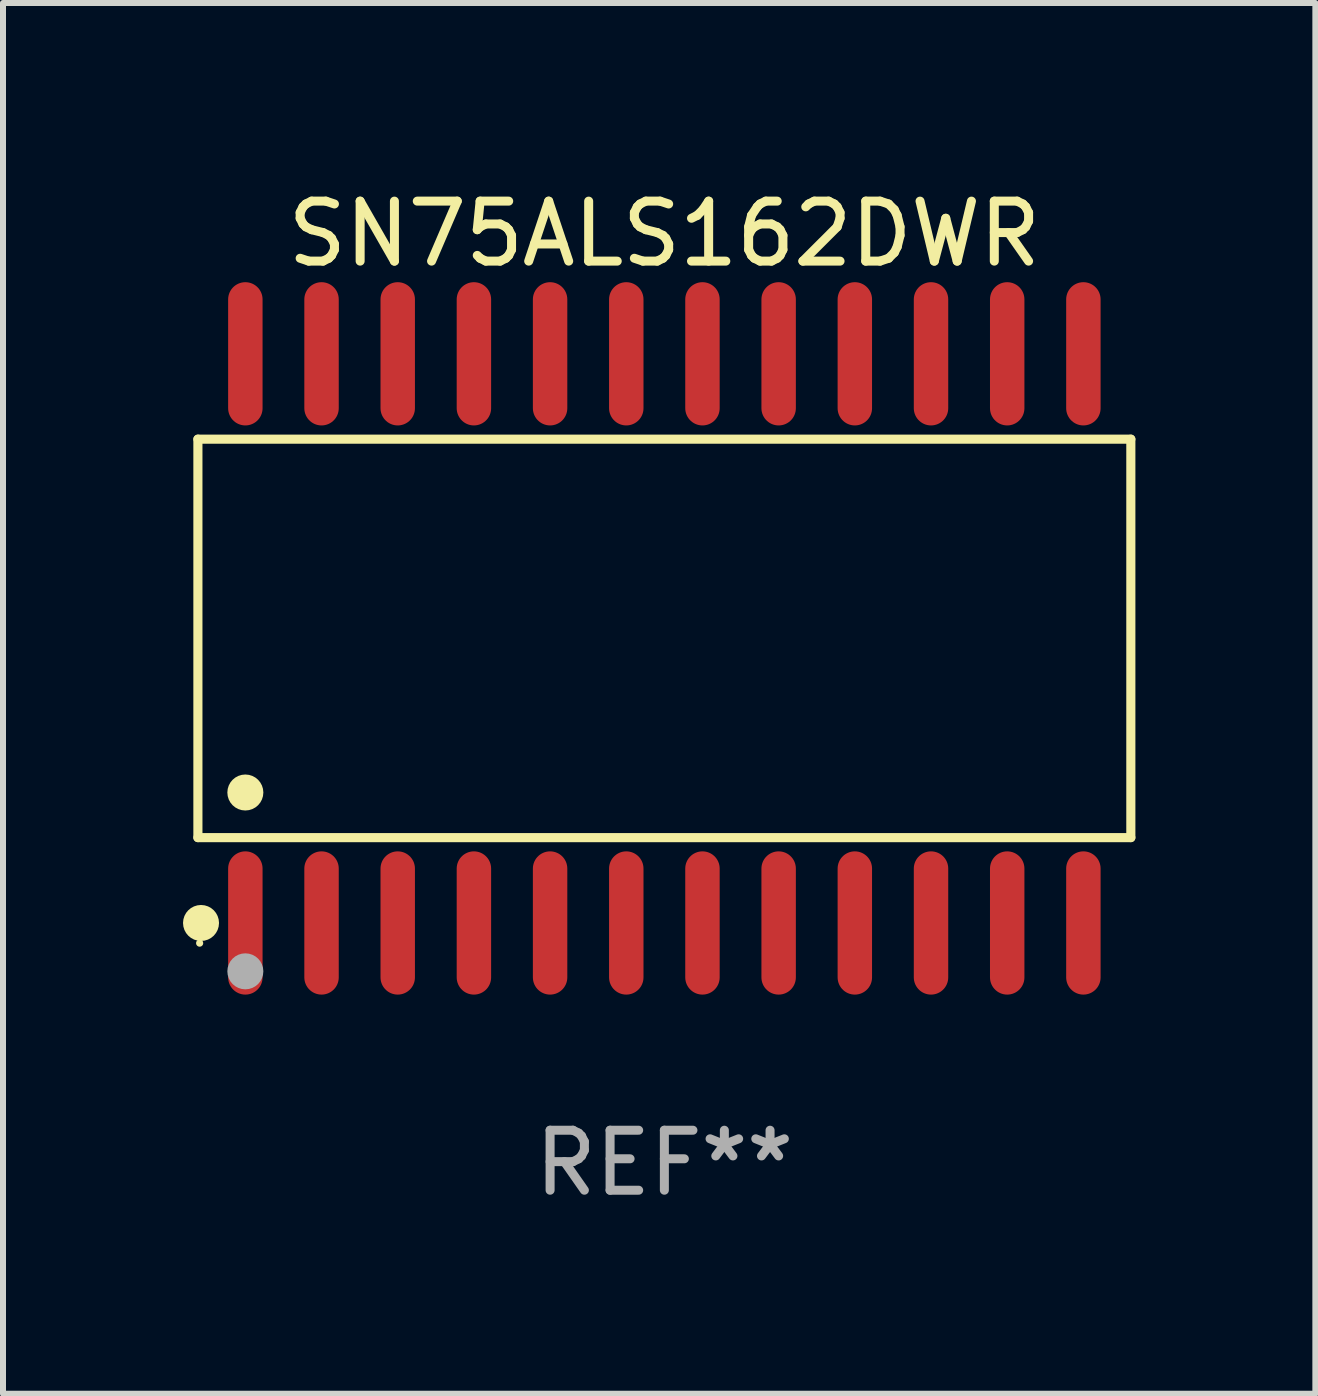
<source format=kicad_pcb>
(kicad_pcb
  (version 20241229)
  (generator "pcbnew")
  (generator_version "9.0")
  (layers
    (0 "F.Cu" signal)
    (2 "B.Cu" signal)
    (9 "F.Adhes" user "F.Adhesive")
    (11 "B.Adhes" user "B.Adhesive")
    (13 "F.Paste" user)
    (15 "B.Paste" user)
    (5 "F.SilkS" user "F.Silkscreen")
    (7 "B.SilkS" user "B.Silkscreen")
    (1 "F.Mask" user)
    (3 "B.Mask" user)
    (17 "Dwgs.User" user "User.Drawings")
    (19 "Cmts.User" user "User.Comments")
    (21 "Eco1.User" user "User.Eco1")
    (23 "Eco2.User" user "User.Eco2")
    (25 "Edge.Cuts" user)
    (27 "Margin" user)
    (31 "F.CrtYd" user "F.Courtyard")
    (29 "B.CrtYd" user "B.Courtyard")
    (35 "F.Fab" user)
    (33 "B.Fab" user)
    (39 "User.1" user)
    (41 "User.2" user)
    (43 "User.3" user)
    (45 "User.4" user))
  (footprint "SN75ALS162DWR"
    (layer "F.Cu")
    (at 8.025 7.592)
    (property "Reference" "SN75ALS162DWR" (at 0 -6.744 0) (layer "F.SilkS") (effects (font (size 1 1) (thickness 0.15))))
    (attr through_hole)
    (fp_line (start -7.776 -3.321) (end 7.776 -3.321) (stroke (width 0.152) (type solid)) (layer "F.SilkS"))
    (fp_line (start -7.776 3.321) (end -7.776 -3.321) (stroke (width 0.152) (type solid)) (layer "F.SilkS"))
    (fp_line (start 7.776 -3.321) (end 7.776 3.321) (stroke (width 0.152) (type solid)) (layer "F.SilkS"))
    (fp_line (start 7.776 3.321) (end -7.776 3.321) (stroke (width 0.152) (type solid)) (layer "F.SilkS"))
    (fp_circle (center -7.747 5.08) (end -7.717 5.08) (stroke (width 0.06) (type solid)) (fill no) (layer "F.SilkS"))
    (fp_circle (center -7.724 4.744) (end -7.574 4.744) (stroke (width 0.3) (type solid)) (fill no) (layer "F.SilkS"))
    (fp_circle (center -6.985 2.569) (end -6.835 2.569) (stroke (width 0.3) (type solid)) (fill no) (layer "F.SilkS"))
    (fp_circle (center -6.985 5.55) (end -6.835 5.55) (stroke (width 0.3) (type solid)) (fill no) (layer "F.Fab"))
    (fp_text user "REF**" (at 0 8.744 0) (layer "F.Fab") (effects (font (size 1 1) (thickness 0.15))))
    (pad "1" smd oval (at -6.985 4.744) (size 0.574 2.388) (layers "F.Cu" "F.Mask" "F.Paste"))
    (pad "2" smd oval (at -5.715 4.744) (size 0.574 2.388) (layers "F.Cu" "F.Mask" "F.Paste"))
    (pad "3" smd oval (at -4.445 4.744) (size 0.574 2.388) (layers "F.Cu" "F.Mask" "F.Paste"))
    (pad "4" smd oval (at -3.175 4.744) (size 0.574 2.388) (layers "F.Cu" "F.Mask" "F.Paste"))
    (pad "5" smd oval (at -1.905 4.744) (size 0.574 2.388) (layers "F.Cu" "F.Mask" "F.Paste"))
    (pad "6" smd oval (at -0.635 4.744) (size 0.574 2.388) (layers "F.Cu" "F.Mask" "F.Paste"))
    (pad "7" smd oval (at 0.635 4.744) (size 0.574 2.388) (layers "F.Cu" "F.Mask" "F.Paste"))
    (pad "8" smd oval (at 1.905 4.744) (size 0.574 2.388) (layers "F.Cu" "F.Mask" "F.Paste"))
    (pad "9" smd oval (at 3.175 4.744) (size 0.574 2.388) (layers "F.Cu" "F.Mask" "F.Paste"))
    (pad "10" smd oval (at 4.445 4.744) (size 0.574 2.388) (layers "F.Cu" "F.Mask" "F.Paste"))
    (pad "11" smd oval (at 5.715 4.744) (size 0.574 2.388) (layers "F.Cu" "F.Mask" "F.Paste"))
    (pad "12" smd oval (at 6.985 4.744) (size 0.574 2.388) (layers "F.Cu" "F.Mask" "F.Paste"))
    (pad "13" smd oval (at 6.985 -4.744) (size 0.574 2.388) (layers "F.Cu" "F.Mask" "F.Paste"))
    (pad "14" smd oval (at 5.715 -4.744) (size 0.574 2.388) (layers "F.Cu" "F.Mask" "F.Paste"))
    (pad "15" smd oval (at 4.445 -4.744) (size 0.574 2.388) (layers "F.Cu" "F.Mask" "F.Paste"))
    (pad "16" smd oval (at 3.175 -4.744) (size 0.574 2.388) (layers "F.Cu" "F.Mask" "F.Paste"))
    (pad "17" smd oval (at 1.905 -4.744) (size 0.574 2.388) (layers "F.Cu" "F.Mask" "F.Paste"))
    (pad "18" smd oval (at 0.635 -4.744) (size 0.574 2.388) (layers "F.Cu" "F.Mask" "F.Paste"))
    (pad "19" smd oval (at -0.635 -4.744) (size 0.574 2.388) (layers "F.Cu" "F.Mask" "F.Paste"))
    (pad "20" smd oval (at -1.905 -4.744) (size 0.574 2.388) (layers "F.Cu" "F.Mask" "F.Paste"))
    (pad "21" smd oval (at -3.175 -4.744) (size 0.574 2.388) (layers "F.Cu" "F.Mask" "F.Paste"))
    (pad "22" smd oval (at -4.445 -4.744) (size 0.574 2.388) (layers "F.Cu" "F.Mask" "F.Paste"))
    (pad "23" smd oval (at -5.715 -4.744) (size 0.574 2.388) (layers "F.Cu" "F.Mask" "F.Paste"))
    (pad "24" smd oval (at -6.985 -4.744) (size 0.574 2.388) (layers "F.Cu" "F.Mask" "F.Paste")))
  (gr_rect
    (start -3 -3)
    (end 18.877 20.184)
    (stroke (width 0.1) (type default))
    (fill no)
    (layer "Edge.Cuts")))
</source>
